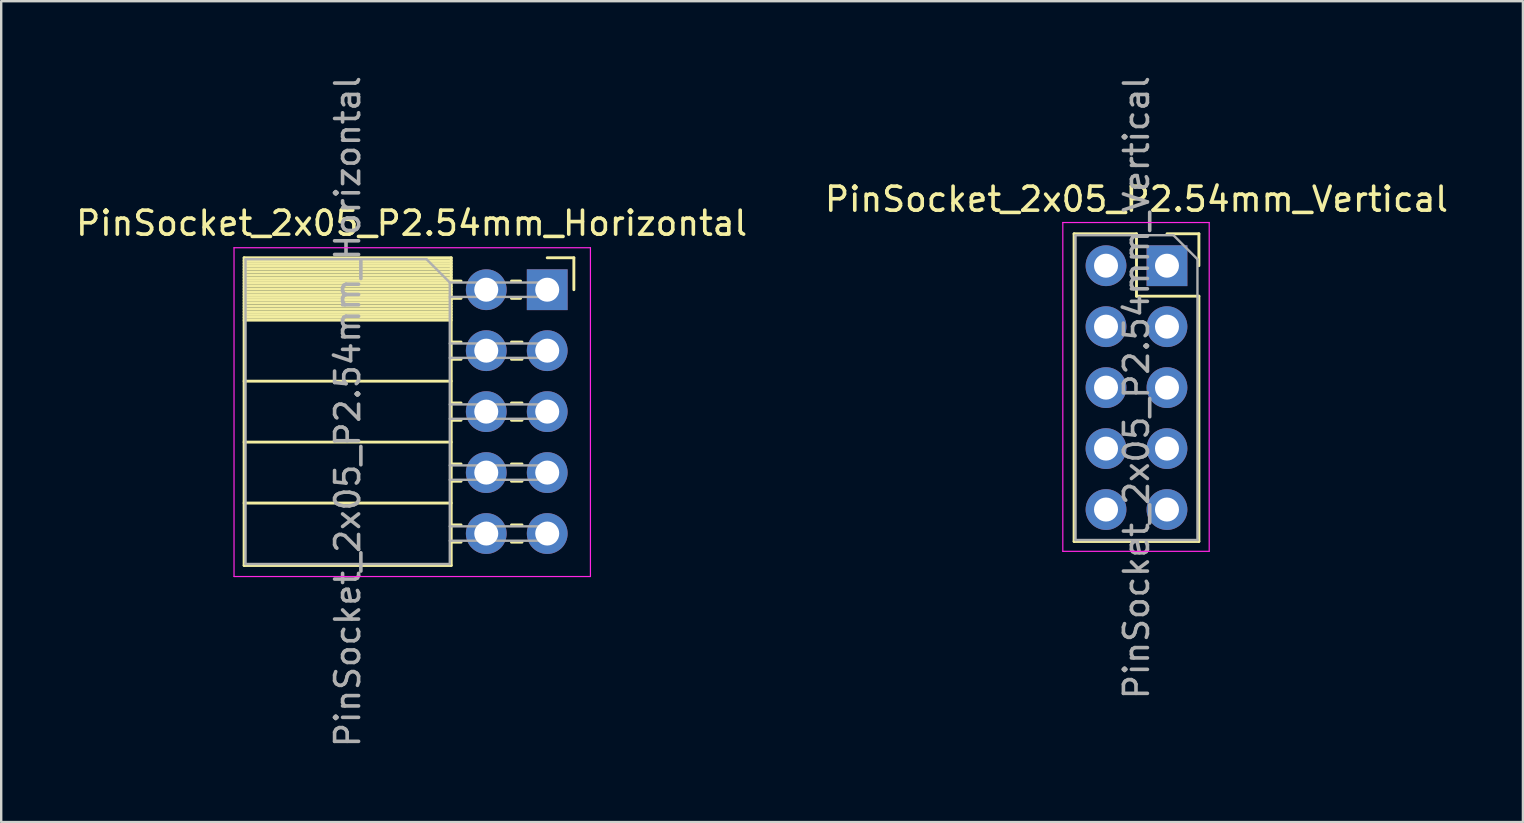
<source format=kicad_pcb>
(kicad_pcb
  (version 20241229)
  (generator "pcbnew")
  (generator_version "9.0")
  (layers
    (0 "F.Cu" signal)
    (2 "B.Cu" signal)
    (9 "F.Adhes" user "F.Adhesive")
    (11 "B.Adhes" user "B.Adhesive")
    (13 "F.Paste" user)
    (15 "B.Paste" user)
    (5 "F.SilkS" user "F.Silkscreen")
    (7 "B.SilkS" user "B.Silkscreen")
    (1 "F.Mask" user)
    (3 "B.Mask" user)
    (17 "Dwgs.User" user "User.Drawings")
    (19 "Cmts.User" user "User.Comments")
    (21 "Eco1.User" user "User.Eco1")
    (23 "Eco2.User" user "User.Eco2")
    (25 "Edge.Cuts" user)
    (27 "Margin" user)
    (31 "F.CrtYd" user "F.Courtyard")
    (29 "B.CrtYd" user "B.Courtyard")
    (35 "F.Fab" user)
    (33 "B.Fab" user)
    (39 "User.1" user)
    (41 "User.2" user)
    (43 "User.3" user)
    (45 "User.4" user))
  (footprint "PinSocket_2x05_P2.54mm_Horizontal"
    (layer "F.Cu")
    (at 19.751 9.021)
    (property "Reference" "PinSocket_2x05_P2.54mm_Horizontal" (at -5.65 -2.77 0) (layer "F.SilkS") (effects (font (size 1 1) (thickness 0.15))))
    (attr through_hole)
    (fp_line (start -12.63 -1.33) (end -12.63 11.49) (stroke (width 0.12) (type solid)) (layer "F.SilkS"))
    (fp_line (start -12.63 -1.33) (end -4 -1.33) (stroke (width 0.12) (type solid)) (layer "F.SilkS"))
    (fp_line (start -12.63 -1.21) (end -4 -1.21) (stroke (width 0.12) (type solid)) (layer "F.SilkS"))
    (fp_line (start -12.63 -1.092) (end -4 -1.092) (stroke (width 0.12) (type solid)) (layer "F.SilkS"))
    (fp_line (start -12.63 -0.974) (end -4 -0.974) (stroke (width 0.12) (type solid)) (layer "F.SilkS"))
    (fp_line (start -12.63 -0.856) (end -4 -0.856) (stroke (width 0.12) (type solid)) (layer "F.SilkS"))
    (fp_line (start -12.63 -0.738) (end -4 -0.738) (stroke (width 0.12) (type solid)) (layer "F.SilkS"))
    (fp_line (start -12.63 -0.62) (end -4 -0.62) (stroke (width 0.12) (type solid)) (layer "F.SilkS"))
    (fp_line (start -12.63 -0.501) (end -4 -0.501) (stroke (width 0.12) (type solid)) (layer "F.SilkS"))
    (fp_line (start -12.63 -0.383) (end -4 -0.383) (stroke (width 0.12) (type solid)) (layer "F.SilkS"))
    (fp_line (start -12.63 -0.265) (end -4 -0.265) (stroke (width 0.12) (type solid)) (layer "F.SilkS"))
    (fp_line (start -12.63 -0.147) (end -4 -0.147) (stroke (width 0.12) (type solid)) (layer "F.SilkS"))
    (fp_line (start -12.63 -0.029) (end -4 -0.029) (stroke (width 0.12) (type solid)) (layer "F.SilkS"))
    (fp_line (start -12.63 0.089) (end -4 0.089) (stroke (width 0.12) (type solid)) (layer "F.SilkS"))
    (fp_line (start -12.63 0.207) (end -4 0.207) (stroke (width 0.12) (type solid)) (layer "F.SilkS"))
    (fp_line (start -12.63 0.325) (end -4 0.325) (stroke (width 0.12) (type solid)) (layer "F.SilkS"))
    (fp_line (start -12.63 0.443) (end -4 0.443) (stroke (width 0.12) (type solid)) (layer "F.SilkS"))
    (fp_line (start -12.63 0.561) (end -4 0.561) (stroke (width 0.12) (type solid)) (layer "F.SilkS"))
    (fp_line (start -12.63 0.68) (end -4 0.68) (stroke (width 0.12) (type solid)) (layer "F.SilkS"))
    (fp_line (start -12.63 0.798) (end -4 0.798) (stroke (width 0.12) (type solid)) (layer "F.SilkS"))
    (fp_line (start -12.63 0.916) (end -4 0.916) (stroke (width 0.12) (type solid)) (layer "F.SilkS"))
    (fp_line (start -12.63 1.034) (end -4 1.034) (stroke (width 0.12) (type solid)) (layer "F.SilkS"))
    (fp_line (start -12.63 1.152) (end -4 1.152) (stroke (width 0.12) (type solid)) (layer "F.SilkS"))
    (fp_line (start -12.63 1.27) (end -4 1.27) (stroke (width 0.12) (type solid)) (layer "F.SilkS"))
    (fp_line (start -12.63 3.81) (end -4 3.81) (stroke (width 0.12) (type solid)) (layer "F.SilkS"))
    (fp_line (start -12.63 6.35) (end -4 6.35) (stroke (width 0.12) (type solid)) (layer "F.SilkS"))
    (fp_line (start -12.63 8.89) (end -4 8.89) (stroke (width 0.12) (type solid)) (layer "F.SilkS"))
    (fp_line (start -12.63 11.49) (end -4 11.49) (stroke (width 0.12) (type solid)) (layer "F.SilkS"))
    (fp_line (start -4 -1.33) (end -4 11.49) (stroke (width 0.12) (type solid)) (layer "F.SilkS"))
    (fp_line (start -4 -0.36) (end -3.59 -0.36) (stroke (width 0.12) (type solid)) (layer "F.SilkS"))
    (fp_line (start -4 0.36) (end -3.59 0.36) (stroke (width 0.12) (type solid)) (layer "F.SilkS"))
    (fp_line (start -4 2.18) (end -3.59 2.18) (stroke (width 0.12) (type solid)) (layer "F.SilkS"))
    (fp_line (start -4 2.9) (end -3.59 2.9) (stroke (width 0.12) (type solid)) (layer "F.SilkS"))
    (fp_line (start -4 4.72) (end -3.59 4.72) (stroke (width 0.12) (type solid)) (layer "F.SilkS"))
    (fp_line (start -4 5.44) (end -3.59 5.44) (stroke (width 0.12) (type solid)) (layer "F.SilkS"))
    (fp_line (start -4 7.26) (end -3.59 7.26) (stroke (width 0.12) (type solid)) (layer "F.SilkS"))
    (fp_line (start -4 7.98) (end -3.59 7.98) (stroke (width 0.12) (type solid)) (layer "F.SilkS"))
    (fp_line (start -4 9.8) (end -3.59 9.8) (stroke (width 0.12) (type solid)) (layer "F.SilkS"))
    (fp_line (start -4 10.52) (end -3.59 10.52) (stroke (width 0.12) (type solid)) (layer "F.SilkS"))
    (fp_line (start -1.49 -0.36) (end -1.11 -0.36) (stroke (width 0.12) (type solid)) (layer "F.SilkS"))
    (fp_line (start -1.49 0.36) (end -1.11 0.36) (stroke (width 0.12) (type solid)) (layer "F.SilkS"))
    (fp_line (start -1.49 2.18) (end -1.05 2.18) (stroke (width 0.12) (type solid)) (layer "F.SilkS"))
    (fp_line (start -1.49 2.9) (end -1.05 2.9) (stroke (width 0.12) (type solid)) (layer "F.SilkS"))
    (fp_line (start -1.49 4.72) (end -1.05 4.72) (stroke (width 0.12) (type solid)) (layer "F.SilkS"))
    (fp_line (start -1.49 5.44) (end -1.05 5.44) (stroke (width 0.12) (type solid)) (layer "F.SilkS"))
    (fp_line (start -1.49 7.26) (end -1.05 7.26) (stroke (width 0.12) (type solid)) (layer "F.SilkS"))
    (fp_line (start -1.49 7.98) (end -1.05 7.98) (stroke (width 0.12) (type solid)) (layer "F.SilkS"))
    (fp_line (start -1.49 9.8) (end -1.05 9.8) (stroke (width 0.12) (type solid)) (layer "F.SilkS"))
    (fp_line (start -1.49 10.52) (end -1.05 10.52) (stroke (width 0.12) (type solid)) (layer "F.SilkS"))
    (fp_line (start 0 -1.33) (end 1.11 -1.33) (stroke (width 0.12) (type solid)) (layer "F.SilkS"))
    (fp_line (start 1.11 -1.33) (end 1.11 0) (stroke (width 0.12) (type solid)) (layer "F.SilkS"))
    (fp_line (start -13.05 -1.75) (end -13.05 11.95) (stroke (width 0.05) (type solid)) (layer "F.CrtYd"))
    (fp_line (start -13.05 11.95) (end 1.8 11.95) (stroke (width 0.05) (type solid)) (layer "F.CrtYd"))
    (fp_line (start 1.8 -1.75) (end -13.05 -1.75) (stroke (width 0.05) (type solid)) (layer "F.CrtYd"))
    (fp_line (start 1.8 11.95) (end 1.8 -1.75) (stroke (width 0.05) (type solid)) (layer "F.CrtYd"))
    (fp_line (start -12.57 -1.27) (end -5.03 -1.27) (stroke (width 0.1) (type solid)) (layer "F.Fab"))
    (fp_line (start -12.57 11.43) (end -12.57 -1.27) (stroke (width 0.1) (type solid)) (layer "F.Fab"))
    (fp_line (start -5.03 -1.27) (end -4.06 -0.3) (stroke (width 0.1) (type solid)) (layer "F.Fab"))
    (fp_line (start -4.06 -0.3) (end -4.06 11.43) (stroke (width 0.1) (type solid)) (layer "F.Fab"))
    (fp_line (start -4.06 0.3) (end 0 0.3) (stroke (width 0.1) (type solid)) (layer "F.Fab"))
    (fp_line (start -4.06 2.84) (end 0 2.84) (stroke (width 0.1) (type solid)) (layer "F.Fab"))
    (fp_line (start -4.06 5.38) (end 0 5.38) (stroke (width 0.1) (type solid)) (layer "F.Fab"))
    (fp_line (start -4.06 7.92) (end 0 7.92) (stroke (width 0.1) (type solid)) (layer "F.Fab"))
    (fp_line (start -4.06 10.46) (end 0 10.46) (stroke (width 0.1) (type solid)) (layer "F.Fab"))
    (fp_line (start -4.06 11.43) (end -12.57 11.43) (stroke (width 0.1) (type solid)) (layer "F.Fab"))
    (fp_line (start 0 -0.3) (end -4.06 -0.3) (stroke (width 0.1) (type solid)) (layer "F.Fab"))
    (fp_line (start 0 0.3) (end 0 -0.3) (stroke (width 0.1) (type solid)) (layer "F.Fab"))
    (fp_line (start 0 2.24) (end -4.06 2.24) (stroke (width 0.1) (type solid)) (layer "F.Fab"))
    (fp_line (start 0 2.84) (end 0 2.24) (stroke (width 0.1) (type solid)) (layer "F.Fab"))
    (fp_line (start 0 4.78) (end -4.06 4.78) (stroke (width 0.1) (type solid)) (layer "F.Fab"))
    (fp_line (start 0 5.38) (end 0 4.78) (stroke (width 0.1) (type solid)) (layer "F.Fab"))
    (fp_line (start 0 7.32) (end -4.06 7.32) (stroke (width 0.1) (type solid)) (layer "F.Fab"))
    (fp_line (start 0 7.92) (end 0 7.32) (stroke (width 0.1) (type solid)) (layer "F.Fab"))
    (fp_line (start 0 9.86) (end -4.06 9.86) (stroke (width 0.1) (type solid)) (layer "F.Fab"))
    (fp_line (start 0 10.46) (end 0 9.86) (stroke (width 0.1) (type solid)) (layer "F.Fab"))
    (fp_text user "${REFERENCE}" (at -8.315 5.08 90) (layer "F.Fab") (effects (font (size 1 1) (thickness 0.15))))
    (pad "1" thru_hole rect (at 0 0) (size 1.7 1.7) (drill 1) (layers "*.Cu" "*.Mask"))
    (pad "2" thru_hole oval (at -2.54 0) (size 1.7 1.7) (drill 1) (layers "*.Cu" "*.Mask"))
    (pad "3" thru_hole oval (at 0 2.54) (size 1.7 1.7) (drill 1) (layers "*.Cu" "*.Mask"))
    (pad "4" thru_hole oval (at -2.54 2.54) (size 1.7 1.7) (drill 1) (layers "*.Cu" "*.Mask"))
    (pad "5" thru_hole oval (at 0 5.08) (size 1.7 1.7) (drill 1) (layers "*.Cu" "*.Mask"))
    (pad "6" thru_hole oval (at -2.54 5.08) (size 1.7 1.7) (drill 1) (layers "*.Cu" "*.Mask"))
    (pad "7" thru_hole oval (at 0 7.62) (size 1.7 1.7) (drill 1) (layers "*.Cu" "*.Mask"))
    (pad "8" thru_hole oval (at -2.54 7.62) (size 1.7 1.7) (drill 1) (layers "*.Cu" "*.Mask"))
    (pad "9" thru_hole oval (at 0 10.16) (size 1.7 1.7) (drill 1) (layers "*.Cu" "*.Mask"))
    (pad "10" thru_hole oval (at -2.54 10.16) (size 1.7 1.7) (drill 1) (layers "*.Cu" "*.Mask")))
  (footprint "PinSocket_2x05_P2.54mm_Vertical"
    (layer "F.Cu")
    (at 45.574 8.021)
    (property "Reference" "PinSocket_2x05_P2.54mm_Vertical" (at -1.27 -2.77 0) (layer "F.SilkS") (effects (font (size 1 1) (thickness 0.15))))
    (attr through_hole)
    (fp_line (start -3.87 -1.33) (end -3.87 11.49) (stroke (width 0.12) (type solid)) (layer "F.SilkS"))
    (fp_line (start -3.87 -1.33) (end -1.27 -1.33) (stroke (width 0.12) (type solid)) (layer "F.SilkS"))
    (fp_line (start -3.87 11.49) (end 1.33 11.49) (stroke (width 0.12) (type solid)) (layer "F.SilkS"))
    (fp_line (start -1.27 -1.33) (end -1.27 1.27) (stroke (width 0.12) (type solid)) (layer "F.SilkS"))
    (fp_line (start -1.27 1.27) (end 1.33 1.27) (stroke (width 0.12) (type solid)) (layer "F.SilkS"))
    (fp_line (start 0 -1.33) (end 1.33 -1.33) (stroke (width 0.12) (type solid)) (layer "F.SilkS"))
    (fp_line (start 1.33 -1.33) (end 1.33 0) (stroke (width 0.12) (type solid)) (layer "F.SilkS"))
    (fp_line (start 1.33 1.27) (end 1.33 11.49) (stroke (width 0.12) (type solid)) (layer "F.SilkS"))
    (fp_line (start -4.34 -1.8) (end 1.76 -1.8) (stroke (width 0.05) (type solid)) (layer "F.CrtYd"))
    (fp_line (start -4.34 11.9) (end -4.34 -1.8) (stroke (width 0.05) (type solid)) (layer "F.CrtYd"))
    (fp_line (start 1.76 -1.8) (end 1.76 11.9) (stroke (width 0.05) (type solid)) (layer "F.CrtYd"))
    (fp_line (start 1.76 11.9) (end -4.34 11.9) (stroke (width 0.05) (type solid)) (layer "F.CrtYd"))
    (fp_line (start -3.81 -1.27) (end 0.27 -1.27) (stroke (width 0.1) (type solid)) (layer "F.Fab"))
    (fp_line (start -3.81 11.43) (end -3.81 -1.27) (stroke (width 0.1) (type solid)) (layer "F.Fab"))
    (fp_line (start 0.27 -1.27) (end 1.27 -0.27) (stroke (width 0.1) (type solid)) (layer "F.Fab"))
    (fp_line (start 1.27 -0.27) (end 1.27 11.43) (stroke (width 0.1) (type solid)) (layer "F.Fab"))
    (fp_line (start 1.27 11.43) (end -3.81 11.43) (stroke (width 0.1) (type solid)) (layer "F.Fab"))
    (fp_text user "${REFERENCE}" (at -1.27 5.08 90) (layer "F.Fab") (effects (font (size 1 1) (thickness 0.15))))
    (pad "1" thru_hole rect (at 0 0) (size 1.7 1.7) (drill 1) (layers "*.Cu" "*.Mask"))
    (pad "2" thru_hole oval (at -2.54 0) (size 1.7 1.7) (drill 1) (layers "*.Cu" "*.Mask"))
    (pad "3" thru_hole oval (at 0 2.54) (size 1.7 1.7) (drill 1) (layers "*.Cu" "*.Mask"))
    (pad "4" thru_hole oval (at -2.54 2.54) (size 1.7 1.7) (drill 1) (layers "*.Cu" "*.Mask"))
    (pad "5" thru_hole oval (at 0 5.08) (size 1.7 1.7) (drill 1) (layers "*.Cu" "*.Mask"))
    (pad "6" thru_hole oval (at -2.54 5.08) (size 1.7 1.7) (drill 1) (layers "*.Cu" "*.Mask"))
    (pad "7" thru_hole oval (at 0 7.62) (size 1.7 1.7) (drill 1) (layers "*.Cu" "*.Mask"))
    (pad "8" thru_hole oval (at -2.54 7.62) (size 1.7 1.7) (drill 1) (layers "*.Cu" "*.Mask"))
    (pad "9" thru_hole oval (at 0 10.16) (size 1.7 1.7) (drill 1) (layers "*.Cu" "*.Mask"))
    (pad "10" thru_hole oval (at -2.54 10.16) (size 1.7 1.7) (drill 1) (layers "*.Cu" "*.Mask")))
  (gr_rect
    (start -3 -3)
    (end 60.405 31.202)
    (stroke (width 0.1) (type default))
    (fill no)
    (layer "Edge.Cuts")))
</source>
